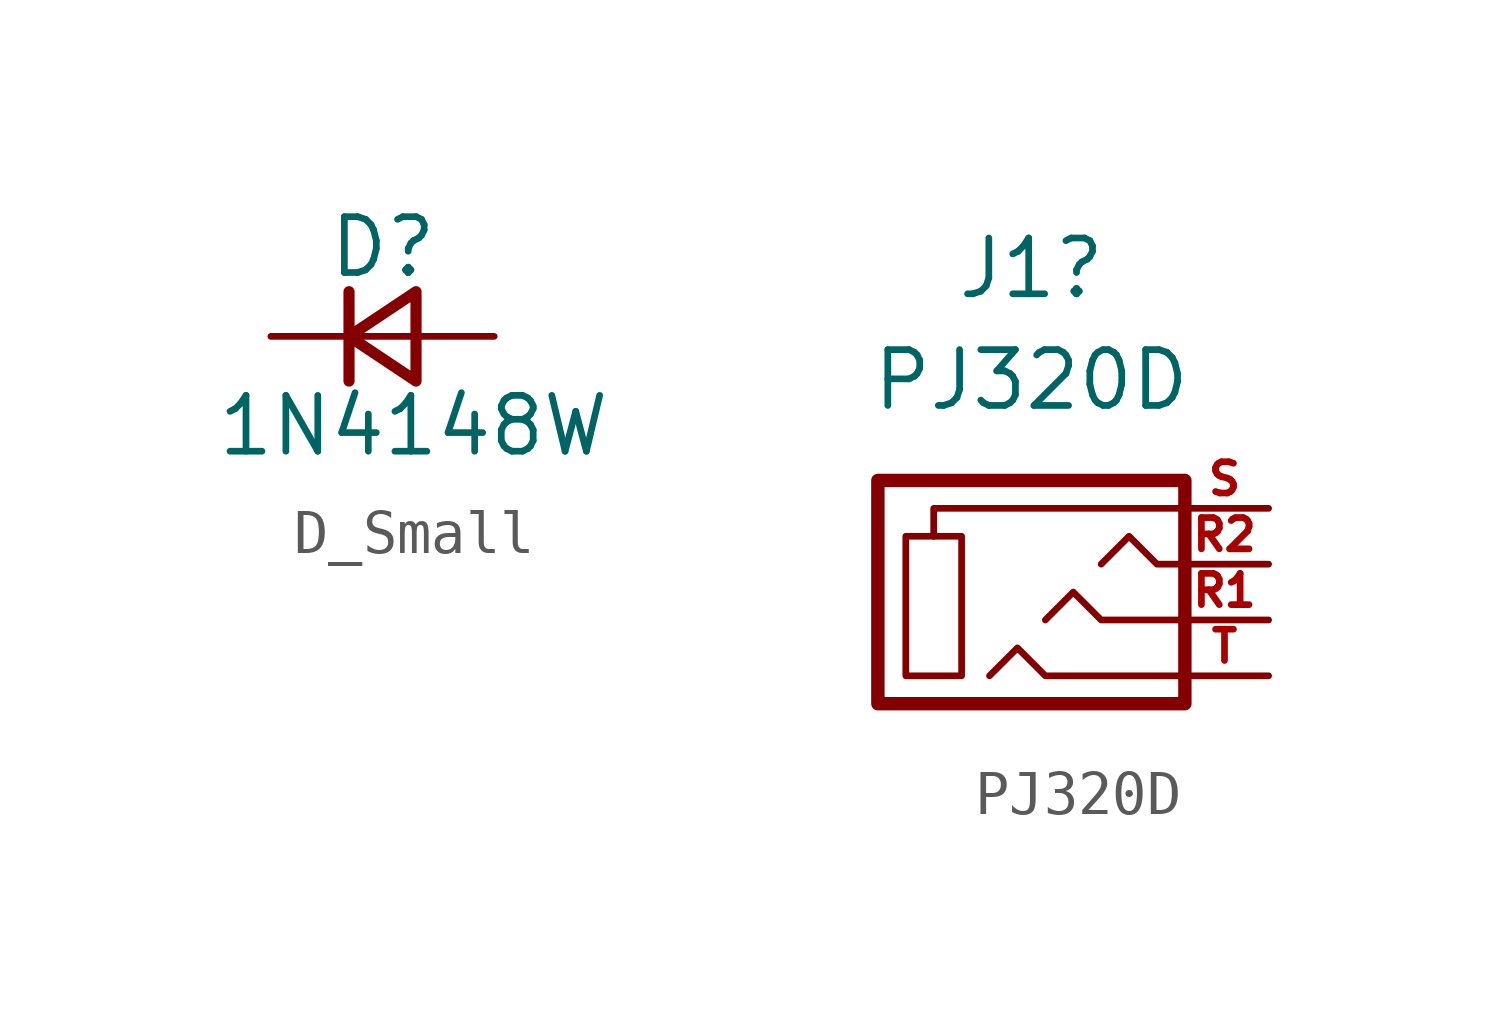
<source format=kicad_sym>
(kicad_symbol_lib
  (version 20231120)
  (generator "kicad_symbol_editor")
  (generator_version "8.0")
  (symbol "D_Small"
    (pin_numbers hide)
    (pin_names
      (offset 0.254) hide)
    (property "Reference" "D"
      (at -1.27 2.032 0)
      (effects (font (size 1.27 1.27)) (justify left)))
    (property "Value" "1N4148W"
      (at -3.81 -2.032 0)
      (effects (font (size 1.27 1.27)) (justify left)))
    (symbol "D_Small_0_1"
      (polyline (pts (xy -0.762 -1.016) (xy -0.762 1.016)) (stroke (width 0.254) (type default)) (fill (type none)))
      (polyline (pts (xy -0.762 0) (xy 0.762 0)) (stroke (width 0) (type default)) (fill (type none)))
      (polyline (pts (xy 0.762 -1.016) (xy -0.762 0) (xy 0.762 1.016) (xy 0.762 -1.016)) (stroke (width 0.254) (type default)) (fill (type none))))
    (symbol "D_Small_1_1"
      (pin passive line (at -2.54 0 0) (length 1.778) (name "K" (effects (font (size 1.27 1.27)))) (number "1" (effects (font (size 1.27 1.27)))))
      (pin passive line (at 2.54 0 180) (length 1.778) (name "A" (effects (font (size 1.27 1.27)))) (number "2" (effects (font (size 1.27 1.27)))))))
  (symbol "PJ320D"
    (pin_names
      (offset 1.016))
    (property "Reference" "J1"
      (at -0.318 7.366 0)
      (effects (font (size 1.27 1.27))))
    (property "Value" "PJ320D"
      (at -0.318 4.826 0)
      (effects (font (size 1.27 1.27))))
    (symbol "PJ320D_0_1"
      (rectangle (start -1.905 -1.905) (end -3.175 1.27) (stroke (width 0) (type default)) (fill (type none)))
      (polyline (pts (xy -2.54 1.27) (xy -2.54 1.905) (xy 3.175 1.905)) (stroke (width 0) (type default)) (fill (type none)))
      (polyline (pts (xy -1.27 -1.905) (xy -0.635 -1.27) (xy 0 -1.905) (xy 3.175 -1.905)) (stroke (width 0) (type default)) (fill (type none)))
      (polyline (pts (xy 0 -0.635) (xy 0.635 0) (xy 1.27 -0.635) (xy 3.175 -0.635)) (stroke (width 0) (type default)) (fill (type none)))
      (polyline (pts (xy 1.27 0.635) (xy 1.905 1.27) (xy 2.54 0.635) (xy 3.175 0.635)) (stroke (width 0) (type default)) (fill (type none)))
      (rectangle (start 3.175 2.54) (end -3.81 -2.54) (stroke (width 0.305) (type default)) (fill (type none))))
    (symbol "PJ320D_1_1"
      (pin input line (at 5.08 -0.635 180) (length 2.007) (name "~" (effects (font (size 0.508 0.508)))) (number "R1" (effects (font (size 0.711 0.711)))))
      (pin input line (at 5.08 0.635 180) (length 2.007) (name "~" (effects (font (size 0.508 0.508)))) (number "R2" (effects (font (size 0.711 0.711)))))
      (pin input line (at 5.08 1.905 180) (length 2.007) (name "~" (effects (font (size 0.508 0.508)))) (number "S" (effects (font (size 0.711 0.711)))))
      (pin input line (at 5.08 -1.905 180) (length 2.007) (name "~" (effects (font (size 0.508 0.508)))) (number "T" (effects (font (size 0.711 0.711))))))))
</source>
